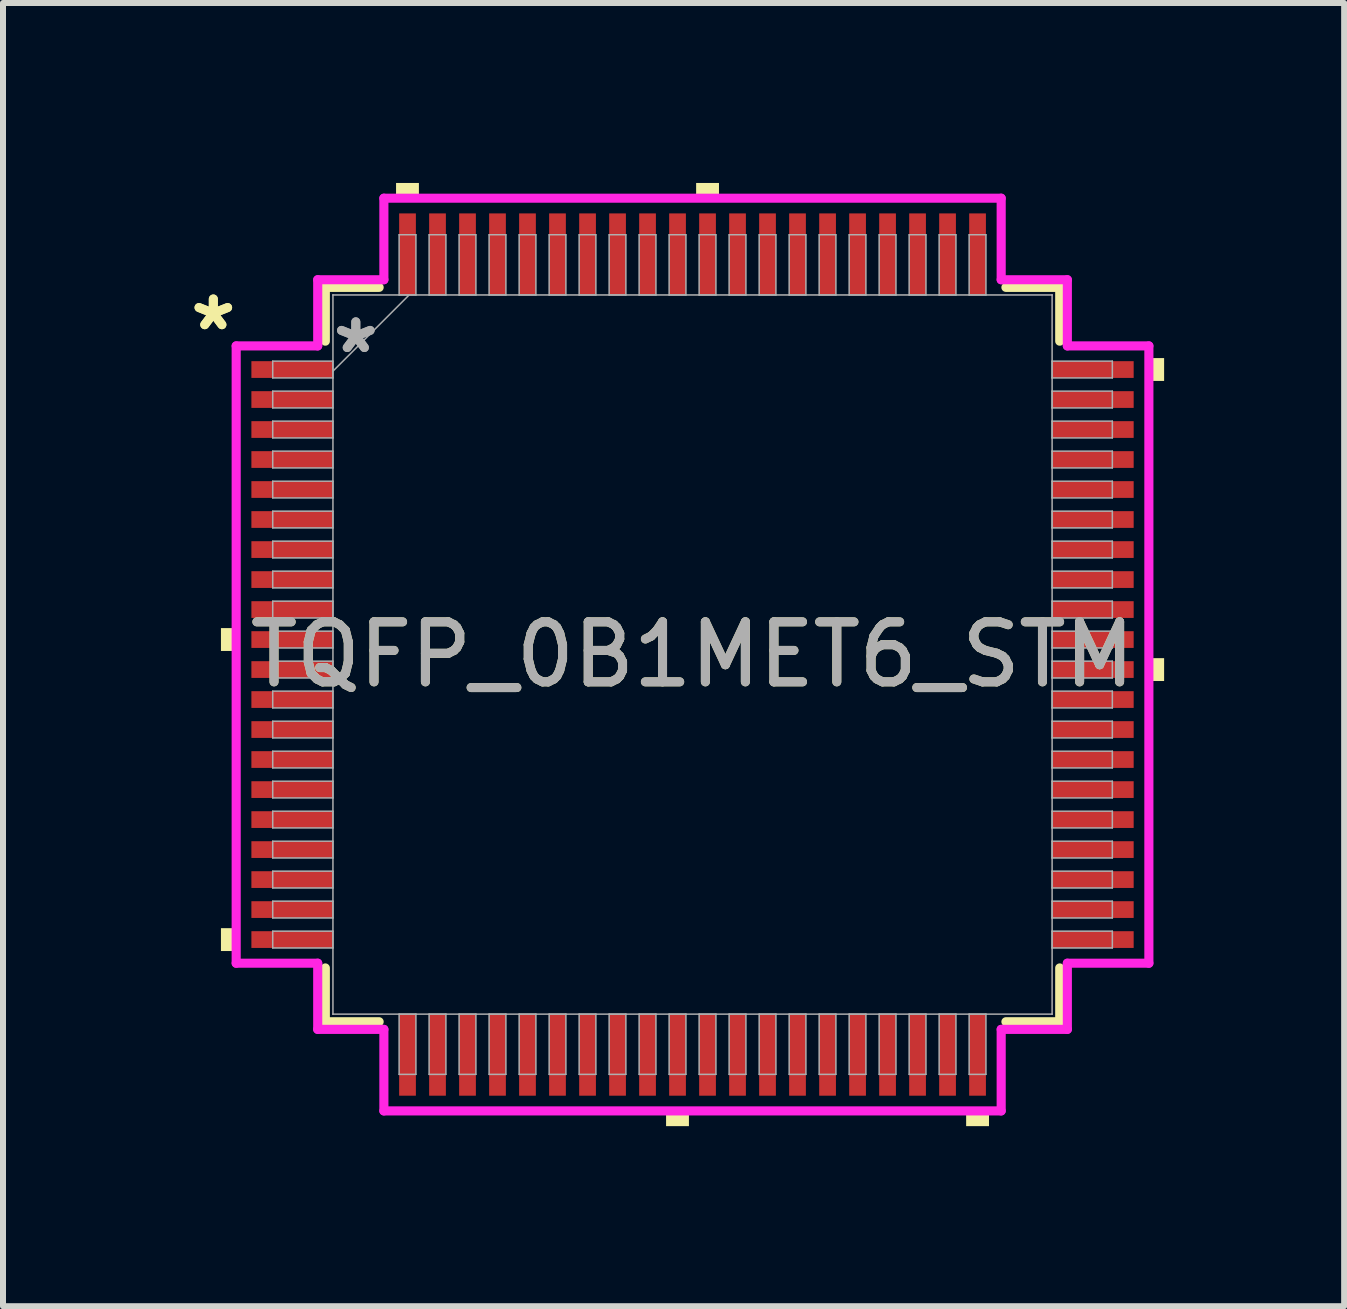
<source format=kicad_pcb>
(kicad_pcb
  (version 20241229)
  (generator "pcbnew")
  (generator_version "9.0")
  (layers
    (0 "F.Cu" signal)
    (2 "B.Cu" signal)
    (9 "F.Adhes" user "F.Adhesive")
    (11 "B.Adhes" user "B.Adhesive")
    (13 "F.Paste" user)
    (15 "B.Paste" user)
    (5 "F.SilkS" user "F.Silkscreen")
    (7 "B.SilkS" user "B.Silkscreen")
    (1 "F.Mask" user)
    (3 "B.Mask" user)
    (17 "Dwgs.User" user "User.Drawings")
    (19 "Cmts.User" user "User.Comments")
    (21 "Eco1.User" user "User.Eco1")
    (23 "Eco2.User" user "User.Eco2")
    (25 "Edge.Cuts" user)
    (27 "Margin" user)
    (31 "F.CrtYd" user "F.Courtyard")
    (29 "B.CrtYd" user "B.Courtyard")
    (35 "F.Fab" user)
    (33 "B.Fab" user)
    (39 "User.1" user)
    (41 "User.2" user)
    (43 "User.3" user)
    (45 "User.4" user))
  (footprint "TQFP_0B1MET6_STM"
    (layer "F.Cu")
    (at 8.494 7.861)
    (property "Reference" "TQFP_0B1MET6_STM" (at 0 0 0) (unlocked yes) (layer "F.SilkS") (effects (font (size 1 1) (thickness 0.15))))
    (attr smd)
    (fp_line (start -6.121 -6.121) (end -6.121 -5.224) (stroke (width 0.152) (type solid)) (layer "F.SilkS"))
    (fp_line (start -6.121 5.224) (end -6.121 6.121) (stroke (width 0.152) (type solid)) (layer "F.SilkS"))
    (fp_line (start -6.121 6.121) (end -5.224 6.121) (stroke (width 0.152) (type solid)) (layer "F.SilkS"))
    (fp_line (start -5.224 -6.121) (end -6.121 -6.121) (stroke (width 0.152) (type solid)) (layer "F.SilkS"))
    (fp_line (start 5.224 6.121) (end 6.121 6.121) (stroke (width 0.152) (type solid)) (layer "F.SilkS"))
    (fp_line (start 6.121 -6.121) (end 5.224 -6.121) (stroke (width 0.152) (type solid)) (layer "F.SilkS"))
    (fp_line (start 6.121 -5.224) (end 6.121 -6.121) (stroke (width 0.152) (type solid)) (layer "F.SilkS"))
    (fp_line (start 6.121 6.121) (end 6.121 5.224) (stroke (width 0.152) (type solid)) (layer "F.SilkS"))
    (fp_poly (pts (xy -7.861 -0.441) (xy -7.861 -0.06) (xy -7.607 -0.06) (xy -7.607 -0.441)) (stroke (width 0) (type solid)) (fill yes) (layer "F.SilkS"))
    (fp_poly (pts (xy -7.861 4.561) (xy -7.861 4.942) (xy -7.607 4.942) (xy -7.607 4.561)) (stroke (width 0) (type solid)) (fill yes) (layer "F.SilkS"))
    (fp_poly (pts (xy -4.942 -7.607) (xy -4.942 -7.861) (xy -4.561 -7.861) (xy -4.561 -7.607)) (stroke (width 0) (type solid)) (fill yes) (layer "F.SilkS"))
    (fp_poly (pts (xy -0.441 7.607) (xy -0.441 7.861) (xy -0.06 7.861) (xy -0.06 7.607)) (stroke (width 0) (type solid)) (fill yes) (layer "F.SilkS"))
    (fp_poly (pts (xy 0.06 -7.607) (xy 0.06 -7.861) (xy 0.441 -7.861) (xy 0.441 -7.607)) (stroke (width 0) (type solid)) (fill yes) (layer "F.SilkS"))
    (fp_poly (pts (xy 4.561 7.607) (xy 4.561 7.861) (xy 4.942 7.861) (xy 4.942 7.607)) (stroke (width 0) (type solid)) (fill yes) (layer "F.SilkS"))
    (fp_poly (pts (xy 7.861 -4.942) (xy 7.861 -4.561) (xy 7.607 -4.561) (xy 7.607 -4.942)) (stroke (width 0) (type solid)) (fill yes) (layer "F.SilkS"))
    (fp_poly (pts (xy 7.861 0.06) (xy 7.861 0.441) (xy 7.607 0.441) (xy 7.607 0.06)) (stroke (width 0) (type solid)) (fill yes) (layer "F.SilkS"))
    (fp_line (start -7.607 -5.145) (end -6.248 -5.145) (stroke (width 0.152) (type solid)) (layer "F.CrtYd"))
    (fp_line (start -7.607 5.145) (end -7.607 -5.145) (stroke (width 0.152) (type solid)) (layer "F.CrtYd"))
    (fp_line (start -6.248 -6.248) (end -5.145 -6.248) (stroke (width 0.152) (type solid)) (layer "F.CrtYd"))
    (fp_line (start -6.248 -5.145) (end -6.248 -6.248) (stroke (width 0.152) (type solid)) (layer "F.CrtYd"))
    (fp_line (start -6.248 5.145) (end -7.607 5.145) (stroke (width 0.152) (type solid)) (layer "F.CrtYd"))
    (fp_line (start -6.248 6.248) (end -6.248 5.145) (stroke (width 0.152) (type solid)) (layer "F.CrtYd"))
    (fp_line (start -6.248 6.248) (end -5.145 6.248) (stroke (width 0.152) (type solid)) (layer "F.CrtYd"))
    (fp_line (start -5.145 -7.607) (end 5.145 -7.607) (stroke (width 0.152) (type solid)) (layer "F.CrtYd"))
    (fp_line (start -5.145 -6.248) (end -5.145 -7.607) (stroke (width 0.152) (type solid)) (layer "F.CrtYd"))
    (fp_line (start -5.145 6.248) (end -5.145 7.607) (stroke (width 0.152) (type solid)) (layer "F.CrtYd"))
    (fp_line (start -5.145 7.607) (end 5.145 7.607) (stroke (width 0.152) (type solid)) (layer "F.CrtYd"))
    (fp_line (start 5.145 -7.607) (end 5.145 -6.248) (stroke (width 0.152) (type solid)) (layer "F.CrtYd"))
    (fp_line (start 5.145 -6.248) (end 6.248 -6.248) (stroke (width 0.152) (type solid)) (layer "F.CrtYd"))
    (fp_line (start 5.145 6.248) (end 6.248 6.248) (stroke (width 0.152) (type solid)) (layer "F.CrtYd"))
    (fp_line (start 5.145 7.607) (end 5.145 6.248) (stroke (width 0.152) (type solid)) (layer "F.CrtYd"))
    (fp_line (start 6.248 -5.145) (end 6.248 -6.248) (stroke (width 0.152) (type solid)) (layer "F.CrtYd"))
    (fp_line (start 6.248 5.145) (end 7.607 5.145) (stroke (width 0.152) (type solid)) (layer "F.CrtYd"))
    (fp_line (start 6.248 6.248) (end 6.248 5.145) (stroke (width 0.152) (type solid)) (layer "F.CrtYd"))
    (fp_line (start 7.607 -5.145) (end 6.248 -5.145) (stroke (width 0.152) (type solid)) (layer "F.CrtYd"))
    (fp_line (start 7.607 5.145) (end 7.607 -5.145) (stroke (width 0.152) (type solid)) (layer "F.CrtYd"))
    (fp_line (start -6.998 -4.891) (end -6.998 -4.611) (stroke (width 0.025) (type solid)) (layer "F.Fab"))
    (fp_line (start -6.998 -4.611) (end -5.994 -4.611) (stroke (width 0.025) (type solid)) (layer "F.Fab"))
    (fp_line (start -6.998 -4.391) (end -6.998 -4.111) (stroke (width 0.025) (type solid)) (layer "F.Fab"))
    (fp_line (start -6.998 -4.111) (end -5.994 -4.111) (stroke (width 0.025) (type solid)) (layer "F.Fab"))
    (fp_line (start -6.998 -3.891) (end -6.998 -3.611) (stroke (width 0.025) (type solid)) (layer "F.Fab"))
    (fp_line (start -6.998 -3.611) (end -5.994 -3.611) (stroke (width 0.025) (type solid)) (layer "F.Fab"))
    (fp_line (start -6.998 -3.391) (end -6.998 -3.111) (stroke (width 0.025) (type solid)) (layer "F.Fab"))
    (fp_line (start -6.998 -3.111) (end -5.994 -3.111) (stroke (width 0.025) (type solid)) (layer "F.Fab"))
    (fp_line (start -6.998 -2.89) (end -6.998 -2.611) (stroke (width 0.025) (type solid)) (layer "F.Fab"))
    (fp_line (start -6.998 -2.611) (end -5.994 -2.611) (stroke (width 0.025) (type solid)) (layer "F.Fab"))
    (fp_line (start -6.998 -2.39) (end -6.998 -2.111) (stroke (width 0.025) (type solid)) (layer "F.Fab"))
    (fp_line (start -6.998 -2.111) (end -5.994 -2.111) (stroke (width 0.025) (type solid)) (layer "F.Fab"))
    (fp_line (start -6.998 -1.89) (end -6.998 -1.611) (stroke (width 0.025) (type solid)) (layer "F.Fab"))
    (fp_line (start -6.998 -1.611) (end -5.994 -1.611) (stroke (width 0.025) (type solid)) (layer "F.Fab"))
    (fp_line (start -6.998 -1.39) (end -6.998 -1.111) (stroke (width 0.025) (type solid)) (layer "F.Fab"))
    (fp_line (start -6.998 -1.111) (end -5.994 -1.111) (stroke (width 0.025) (type solid)) (layer "F.Fab"))
    (fp_line (start -6.998 -0.89) (end -6.998 -0.61) (stroke (width 0.025) (type solid)) (layer "F.Fab"))
    (fp_line (start -6.998 -0.61) (end -5.994 -0.61) (stroke (width 0.025) (type solid)) (layer "F.Fab"))
    (fp_line (start -6.998 -0.39) (end -6.998 -0.11) (stroke (width 0.025) (type solid)) (layer "F.Fab"))
    (fp_line (start -6.998 -0.11) (end -5.994 -0.11) (stroke (width 0.025) (type solid)) (layer "F.Fab"))
    (fp_line (start -6.998 0.11) (end -6.998 0.39) (stroke (width 0.025) (type solid)) (layer "F.Fab"))
    (fp_line (start -6.998 0.39) (end -5.994 0.39) (stroke (width 0.025) (type solid)) (layer "F.Fab"))
    (fp_line (start -6.998 0.61) (end -6.998 0.89) (stroke (width 0.025) (type solid)) (layer "F.Fab"))
    (fp_line (start -6.998 0.89) (end -5.994 0.89) (stroke (width 0.025) (type solid)) (layer "F.Fab"))
    (fp_line (start -6.998 1.111) (end -6.998 1.39) (stroke (width 0.025) (type solid)) (layer "F.Fab"))
    (fp_line (start -6.998 1.39) (end -5.994 1.39) (stroke (width 0.025) (type solid)) (layer "F.Fab"))
    (fp_line (start -6.998 1.611) (end -6.998 1.89) (stroke (width 0.025) (type solid)) (layer "F.Fab"))
    (fp_line (start -6.998 1.89) (end -5.994 1.89) (stroke (width 0.025) (type solid)) (layer "F.Fab"))
    (fp_line (start -6.998 2.111) (end -6.998 2.39) (stroke (width 0.025) (type solid)) (layer "F.Fab"))
    (fp_line (start -6.998 2.39) (end -5.994 2.39) (stroke (width 0.025) (type solid)) (layer "F.Fab"))
    (fp_line (start -6.998 2.611) (end -6.998 2.89) (stroke (width 0.025) (type solid)) (layer "F.Fab"))
    (fp_line (start -6.998 2.89) (end -5.994 2.89) (stroke (width 0.025) (type solid)) (layer "F.Fab"))
    (fp_line (start -6.998 3.111) (end -6.998 3.391) (stroke (width 0.025) (type solid)) (layer "F.Fab"))
    (fp_line (start -6.998 3.391) (end -5.994 3.391) (stroke (width 0.025) (type solid)) (layer "F.Fab"))
    (fp_line (start -6.998 3.611) (end -6.998 3.891) (stroke (width 0.025) (type solid)) (layer "F.Fab"))
    (fp_line (start -6.998 3.891) (end -5.994 3.891) (stroke (width 0.025) (type solid)) (layer "F.Fab"))
    (fp_line (start -6.998 4.111) (end -6.998 4.391) (stroke (width 0.025) (type solid)) (layer "F.Fab"))
    (fp_line (start -6.998 4.391) (end -5.994 4.391) (stroke (width 0.025) (type solid)) (layer "F.Fab"))
    (fp_line (start -6.998 4.611) (end -6.998 4.891) (stroke (width 0.025) (type solid)) (layer "F.Fab"))
    (fp_line (start -6.998 4.891) (end -5.994 4.891) (stroke (width 0.025) (type solid)) (layer "F.Fab"))
    (fp_line (start -5.994 -5.994) (end -5.994 -5.994) (stroke (width 0.025) (type solid)) (layer "F.Fab"))
    (fp_line (start -5.994 -5.994) (end -5.994 5.994) (stroke (width 0.025) (type solid)) (layer "F.Fab"))
    (fp_line (start -5.994 -4.891) (end -6.998 -4.891) (stroke (width 0.025) (type solid)) (layer "F.Fab"))
    (fp_line (start -5.994 -4.724) (end -4.724 -5.994) (stroke (width 0.025) (type solid)) (layer "F.Fab"))
    (fp_line (start -5.994 -4.611) (end -5.994 -4.891) (stroke (width 0.025) (type solid)) (layer "F.Fab"))
    (fp_line (start -5.994 -4.391) (end -6.998 -4.391) (stroke (width 0.025) (type solid)) (layer "F.Fab"))
    (fp_line (start -5.994 -4.111) (end -5.994 -4.391) (stroke (width 0.025) (type solid)) (layer "F.Fab"))
    (fp_line (start -5.994 -3.891) (end -6.998 -3.891) (stroke (width 0.025) (type solid)) (layer "F.Fab"))
    (fp_line (start -5.994 -3.611) (end -5.994 -3.891) (stroke (width 0.025) (type solid)) (layer "F.Fab"))
    (fp_line (start -5.994 -3.391) (end -6.998 -3.391) (stroke (width 0.025) (type solid)) (layer "F.Fab"))
    (fp_line (start -5.994 -3.111) (end -5.994 -3.391) (stroke (width 0.025) (type solid)) (layer "F.Fab"))
    (fp_line (start -5.994 -2.89) (end -6.998 -2.89) (stroke (width 0.025) (type solid)) (layer "F.Fab"))
    (fp_line (start -5.994 -2.611) (end -5.994 -2.89) (stroke (width 0.025) (type solid)) (layer "F.Fab"))
    (fp_line (start -5.994 -2.39) (end -6.998 -2.39) (stroke (width 0.025) (type solid)) (layer "F.Fab"))
    (fp_line (start -5.994 -2.111) (end -5.994 -2.39) (stroke (width 0.025) (type solid)) (layer "F.Fab"))
    (fp_line (start -5.994 -1.89) (end -6.998 -1.89) (stroke (width 0.025) (type solid)) (layer "F.Fab"))
    (fp_line (start -5.994 -1.611) (end -5.994 -1.89) (stroke (width 0.025) (type solid)) (layer "F.Fab"))
    (fp_line (start -5.994 -1.39) (end -6.998 -1.39) (stroke (width 0.025) (type solid)) (layer "F.Fab"))
    (fp_line (start -5.994 -1.111) (end -5.994 -1.39) (stroke (width 0.025) (type solid)) (layer "F.Fab"))
    (fp_line (start -5.994 -0.89) (end -6.998 -0.89) (stroke (width 0.025) (type solid)) (layer "F.Fab"))
    (fp_line (start -5.994 -0.61) (end -5.994 -0.89) (stroke (width 0.025) (type solid)) (layer "F.Fab"))
    (fp_line (start -5.994 -0.39) (end -6.998 -0.39) (stroke (width 0.025) (type solid)) (layer "F.Fab"))
    (fp_line (start -5.994 -0.11) (end -5.994 -0.39) (stroke (width 0.025) (type solid)) (layer "F.Fab"))
    (fp_line (start -5.994 0.11) (end -6.998 0.11) (stroke (width 0.025) (type solid)) (layer "F.Fab"))
    (fp_line (start -5.994 0.39) (end -5.994 0.11) (stroke (width 0.025) (type solid)) (layer "F.Fab"))
    (fp_line (start -5.994 0.61) (end -6.998 0.61) (stroke (width 0.025) (type solid)) (layer "F.Fab"))
    (fp_line (start -5.994 0.89) (end -5.994 0.61) (stroke (width 0.025) (type solid)) (layer "F.Fab"))
    (fp_line (start -5.994 1.111) (end -6.998 1.111) (stroke (width 0.025) (type solid)) (layer "F.Fab"))
    (fp_line (start -5.994 1.39) (end -5.994 1.111) (stroke (width 0.025) (type solid)) (layer "F.Fab"))
    (fp_line (start -5.994 1.611) (end -6.998 1.611) (stroke (width 0.025) (type solid)) (layer "F.Fab"))
    (fp_line (start -5.994 1.89) (end -5.994 1.611) (stroke (width 0.025) (type solid)) (layer "F.Fab"))
    (fp_line (start -5.994 2.111) (end -6.998 2.111) (stroke (width 0.025) (type solid)) (layer "F.Fab"))
    (fp_line (start -5.994 2.39) (end -5.994 2.111) (stroke (width 0.025) (type solid)) (layer "F.Fab"))
    (fp_line (start -5.994 2.611) (end -6.998 2.611) (stroke (width 0.025) (type solid)) (layer "F.Fab"))
    (fp_line (start -5.994 2.89) (end -5.994 2.611) (stroke (width 0.025) (type solid)) (layer "F.Fab"))
    (fp_line (start -5.994 3.111) (end -6.998 3.111) (stroke (width 0.025) (type solid)) (layer "F.Fab"))
    (fp_line (start -5.994 3.391) (end -5.994 3.111) (stroke (width 0.025) (type solid)) (layer "F.Fab"))
    (fp_line (start -5.994 3.611) (end -6.998 3.611) (stroke (width 0.025) (type solid)) (layer "F.Fab"))
    (fp_line (start -5.994 3.891) (end -5.994 3.611) (stroke (width 0.025) (type solid)) (layer "F.Fab"))
    (fp_line (start -5.994 4.111) (end -6.998 4.111) (stroke (width 0.025) (type solid)) (layer "F.Fab"))
    (fp_line (start -5.994 4.391) (end -5.994 4.111) (stroke (width 0.025) (type solid)) (layer "F.Fab"))
    (fp_line (start -5.994 4.611) (end -6.998 4.611) (stroke (width 0.025) (type solid)) (layer "F.Fab"))
    (fp_line (start -5.994 4.891) (end -5.994 4.611) (stroke (width 0.025) (type solid)) (layer "F.Fab"))
    (fp_line (start -5.994 5.994) (end -5.994 5.994) (stroke (width 0.025) (type solid)) (layer "F.Fab"))
    (fp_line (start -5.994 5.994) (end 5.994 5.994) (stroke (width 0.025) (type solid)) (layer "F.Fab"))
    (fp_line (start -4.891 -6.998) (end -4.891 -5.994) (stroke (width 0.025) (type solid)) (layer "F.Fab"))
    (fp_line (start -4.891 -5.994) (end -4.611 -5.994) (stroke (width 0.025) (type solid)) (layer "F.Fab"))
    (fp_line (start -4.891 5.994) (end -4.891 6.998) (stroke (width 0.025) (type solid)) (layer "F.Fab"))
    (fp_line (start -4.891 6.998) (end -4.611 6.998) (stroke (width 0.025) (type solid)) (layer "F.Fab"))
    (fp_line (start -4.611 -6.998) (end -4.891 -6.998) (stroke (width 0.025) (type solid)) (layer "F.Fab"))
    (fp_line (start -4.611 -5.994) (end -4.611 -6.998) (stroke (width 0.025) (type solid)) (layer "F.Fab"))
    (fp_line (start -4.611 5.994) (end -4.891 5.994) (stroke (width 0.025) (type solid)) (layer "F.Fab"))
    (fp_line (start -4.611 6.998) (end -4.611 5.994) (stroke (width 0.025) (type solid)) (layer "F.Fab"))
    (fp_line (start -4.391 -6.998) (end -4.391 -5.994) (stroke (width 0.025) (type solid)) (layer "F.Fab"))
    (fp_line (start -4.391 -5.994) (end -4.111 -5.994) (stroke (width 0.025) (type solid)) (layer "F.Fab"))
    (fp_line (start -4.391 5.994) (end -4.391 6.998) (stroke (width 0.025) (type solid)) (layer "F.Fab"))
    (fp_line (start -4.391 6.998) (end -4.111 6.998) (stroke (width 0.025) (type solid)) (layer "F.Fab"))
    (fp_line (start -4.111 -6.998) (end -4.391 -6.998) (stroke (width 0.025) (type solid)) (layer "F.Fab"))
    (fp_line (start -4.111 -5.994) (end -4.111 -6.998) (stroke (width 0.025) (type solid)) (layer "F.Fab"))
    (fp_line (start -4.111 5.994) (end -4.391 5.994) (stroke (width 0.025) (type solid)) (layer "F.Fab"))
    (fp_line (start -4.111 6.998) (end -4.111 5.994) (stroke (width 0.025) (type solid)) (layer "F.Fab"))
    (fp_line (start -3.891 -6.998) (end -3.891 -5.994) (stroke (width 0.025) (type solid)) (layer "F.Fab"))
    (fp_line (start -3.891 -5.994) (end -3.611 -5.994) (stroke (width 0.025) (type solid)) (layer "F.Fab"))
    (fp_line (start -3.891 5.994) (end -3.891 6.998) (stroke (width 0.025) (type solid)) (layer "F.Fab"))
    (fp_line (start -3.891 6.998) (end -3.611 6.998) (stroke (width 0.025) (type solid)) (layer "F.Fab"))
    (fp_line (start -3.611 -6.998) (end -3.891 -6.998) (stroke (width 0.025) (type solid)) (layer "F.Fab"))
    (fp_line (start -3.611 -5.994) (end -3.611 -6.998) (stroke (width 0.025) (type solid)) (layer "F.Fab"))
    (fp_line (start -3.611 5.994) (end -3.891 5.994) (stroke (width 0.025) (type solid)) (layer "F.Fab"))
    (fp_line (start -3.611 6.998) (end -3.611 5.994) (stroke (width 0.025) (type solid)) (layer "F.Fab"))
    (fp_line (start -3.391 -6.998) (end -3.391 -5.994) (stroke (width 0.025) (type solid)) (layer "F.Fab"))
    (fp_line (start -3.391 -5.994) (end -3.111 -5.994) (stroke (width 0.025) (type solid)) (layer "F.Fab"))
    (fp_line (start -3.391 5.994) (end -3.391 6.998) (stroke (width 0.025) (type solid)) (layer "F.Fab"))
    (fp_line (start -3.391 6.998) (end -3.111 6.998) (stroke (width 0.025) (type solid)) (layer "F.Fab"))
    (fp_line (start -3.111 -6.998) (end -3.391 -6.998) (stroke (width 0.025) (type solid)) (layer "F.Fab"))
    (fp_line (start -3.111 -5.994) (end -3.111 -6.998) (stroke (width 0.025) (type solid)) (layer "F.Fab"))
    (fp_line (start -3.111 5.994) (end -3.391 5.994) (stroke (width 0.025) (type solid)) (layer "F.Fab"))
    (fp_line (start -3.111 6.998) (end -3.111 5.994) (stroke (width 0.025) (type solid)) (layer "F.Fab"))
    (fp_line (start -2.89 -6.998) (end -2.89 -5.994) (stroke (width 0.025) (type solid)) (layer "F.Fab"))
    (fp_line (start -2.89 -5.994) (end -2.611 -5.994) (stroke (width 0.025) (type solid)) (layer "F.Fab"))
    (fp_line (start -2.89 5.994) (end -2.89 6.998) (stroke (width 0.025) (type solid)) (layer "F.Fab"))
    (fp_line (start -2.89 6.998) (end -2.611 6.998) (stroke (width 0.025) (type solid)) (layer "F.Fab"))
    (fp_line (start -2.611 -6.998) (end -2.89 -6.998) (stroke (width 0.025) (type solid)) (layer "F.Fab"))
    (fp_line (start -2.611 -5.994) (end -2.611 -6.998) (stroke (width 0.025) (type solid)) (layer "F.Fab"))
    (fp_line (start -2.611 5.994) (end -2.89 5.994) (stroke (width 0.025) (type solid)) (layer "F.Fab"))
    (fp_line (start -2.611 6.998) (end -2.611 5.994) (stroke (width 0.025) (type solid)) (layer "F.Fab"))
    (fp_line (start -2.39 -6.998) (end -2.39 -5.994) (stroke (width 0.025) (type solid)) (layer "F.Fab"))
    (fp_line (start -2.39 -5.994) (end -2.111 -5.994) (stroke (width 0.025) (type solid)) (layer "F.Fab"))
    (fp_line (start -2.39 5.994) (end -2.39 6.998) (stroke (width 0.025) (type solid)) (layer "F.Fab"))
    (fp_line (start -2.39 6.998) (end -2.111 6.998) (stroke (width 0.025) (type solid)) (layer "F.Fab"))
    (fp_line (start -2.111 -6.998) (end -2.39 -6.998) (stroke (width 0.025) (type solid)) (layer "F.Fab"))
    (fp_line (start -2.111 -5.994) (end -2.111 -6.998) (stroke (width 0.025) (type solid)) (layer "F.Fab"))
    (fp_line (start -2.111 5.994) (end -2.39 5.994) (stroke (width 0.025) (type solid)) (layer "F.Fab"))
    (fp_line (start -2.111 6.998) (end -2.111 5.994) (stroke (width 0.025) (type solid)) (layer "F.Fab"))
    (fp_line (start -1.89 -6.998) (end -1.89 -5.994) (stroke (width 0.025) (type solid)) (layer "F.Fab"))
    (fp_line (start -1.89 -5.994) (end -1.611 -5.994) (stroke (width 0.025) (type solid)) (layer "F.Fab"))
    (fp_line (start -1.89 5.994) (end -1.89 6.998) (stroke (width 0.025) (type solid)) (layer "F.Fab"))
    (fp_line (start -1.89 6.998) (end -1.611 6.998) (stroke (width 0.025) (type solid)) (layer "F.Fab"))
    (fp_line (start -1.611 -6.998) (end -1.89 -6.998) (stroke (width 0.025) (type solid)) (layer "F.Fab"))
    (fp_line (start -1.611 -5.994) (end -1.611 -6.998) (stroke (width 0.025) (type solid)) (layer "F.Fab"))
    (fp_line (start -1.611 5.994) (end -1.89 5.994) (stroke (width 0.025) (type solid)) (layer "F.Fab"))
    (fp_line (start -1.611 6.998) (end -1.611 5.994) (stroke (width 0.025) (type solid)) (layer "F.Fab"))
    (fp_line (start -1.39 -6.998) (end -1.39 -5.994) (stroke (width 0.025) (type solid)) (layer "F.Fab"))
    (fp_line (start -1.39 -5.994) (end -1.111 -5.994) (stroke (width 0.025) (type solid)) (layer "F.Fab"))
    (fp_line (start -1.39 5.994) (end -1.39 6.998) (stroke (width 0.025) (type solid)) (layer "F.Fab"))
    (fp_line (start -1.39 6.998) (end -1.111 6.998) (stroke (width 0.025) (type solid)) (layer "F.Fab"))
    (fp_line (start -1.111 -6.998) (end -1.39 -6.998) (stroke (width 0.025) (type solid)) (layer "F.Fab"))
    (fp_line (start -1.111 -5.994) (end -1.111 -6.998) (stroke (width 0.025) (type solid)) (layer "F.Fab"))
    (fp_line (start -1.111 5.994) (end -1.39 5.994) (stroke (width 0.025) (type solid)) (layer "F.Fab"))
    (fp_line (start -1.111 6.998) (end -1.111 5.994) (stroke (width 0.025) (type solid)) (layer "F.Fab"))
    (fp_line (start -0.89 -6.998) (end -0.89 -5.994) (stroke (width 0.025) (type solid)) (layer "F.Fab"))
    (fp_line (start -0.89 -5.994) (end -0.61 -5.994) (stroke (width 0.025) (type solid)) (layer "F.Fab"))
    (fp_line (start -0.89 5.994) (end -0.89 6.998) (stroke (width 0.025) (type solid)) (layer "F.Fab"))
    (fp_line (start -0.89 6.998) (end -0.61 6.998) (stroke (width 0.025) (type solid)) (layer "F.Fab"))
    (fp_line (start -0.61 -6.998) (end -0.89 -6.998) (stroke (width 0.025) (type solid)) (layer "F.Fab"))
    (fp_line (start -0.61 -5.994) (end -0.61 -6.998) (stroke (width 0.025) (type solid)) (layer "F.Fab"))
    (fp_line (start -0.61 5.994) (end -0.89 5.994) (stroke (width 0.025) (type solid)) (layer "F.Fab"))
    (fp_line (start -0.61 6.998) (end -0.61 5.994) (stroke (width 0.025) (type solid)) (layer "F.Fab"))
    (fp_line (start -0.39 -6.998) (end -0.39 -5.994) (stroke (width 0.025) (type solid)) (layer "F.Fab"))
    (fp_line (start -0.39 -5.994) (end -0.11 -5.994) (stroke (width 0.025) (type solid)) (layer "F.Fab"))
    (fp_line (start -0.39 5.994) (end -0.39 6.998) (stroke (width 0.025) (type solid)) (layer "F.Fab"))
    (fp_line (start -0.39 6.998) (end -0.11 6.998) (stroke (width 0.025) (type solid)) (layer "F.Fab"))
    (fp_line (start -0.11 -6.998) (end -0.39 -6.998) (stroke (width 0.025) (type solid)) (layer "F.Fab"))
    (fp_line (start -0.11 -5.994) (end -0.11 -6.998) (stroke (width 0.025) (type solid)) (layer "F.Fab"))
    (fp_line (start -0.11 5.994) (end -0.39 5.994) (stroke (width 0.025) (type solid)) (layer "F.Fab"))
    (fp_line (start -0.11 6.998) (end -0.11 5.994) (stroke (width 0.025) (type solid)) (layer "F.Fab"))
    (fp_line (start 0.11 -6.998) (end 0.11 -5.994) (stroke (width 0.025) (type solid)) (layer "F.Fab"))
    (fp_line (start 0.11 -5.994) (end 0.39 -5.994) (stroke (width 0.025) (type solid)) (layer "F.Fab"))
    (fp_line (start 0.11 5.994) (end 0.11 6.998) (stroke (width 0.025) (type solid)) (layer "F.Fab"))
    (fp_line (start 0.11 6.998) (end 0.39 6.998) (stroke (width 0.025) (type solid)) (layer "F.Fab"))
    (fp_line (start 0.39 -6.998) (end 0.11 -6.998) (stroke (width 0.025) (type solid)) (layer "F.Fab"))
    (fp_line (start 0.39 -5.994) (end 0.39 -6.998) (stroke (width 0.025) (type solid)) (layer "F.Fab"))
    (fp_line (start 0.39 5.994) (end 0.11 5.994) (stroke (width 0.025) (type solid)) (layer "F.Fab"))
    (fp_line (start 0.39 6.998) (end 0.39 5.994) (stroke (width 0.025) (type solid)) (layer "F.Fab"))
    (fp_line (start 0.61 -6.998) (end 0.61 -5.994) (stroke (width 0.025) (type solid)) (layer "F.Fab"))
    (fp_line (start 0.61 -5.994) (end 0.89 -5.994) (stroke (width 0.025) (type solid)) (layer "F.Fab"))
    (fp_line (start 0.61 5.994) (end 0.61 6.998) (stroke (width 0.025) (type solid)) (layer "F.Fab"))
    (fp_line (start 0.61 6.998) (end 0.89 6.998) (stroke (width 0.025) (type solid)) (layer "F.Fab"))
    (fp_line (start 0.89 -6.998) (end 0.61 -6.998) (stroke (width 0.025) (type solid)) (layer "F.Fab"))
    (fp_line (start 0.89 -5.994) (end 0.89 -6.998) (stroke (width 0.025) (type solid)) (layer "F.Fab"))
    (fp_line (start 0.89 5.994) (end 0.61 5.994) (stroke (width 0.025) (type solid)) (layer "F.Fab"))
    (fp_line (start 0.89 6.998) (end 0.89 5.994) (stroke (width 0.025) (type solid)) (layer "F.Fab"))
    (fp_line (start 1.111 -6.998) (end 1.111 -5.994) (stroke (width 0.025) (type solid)) (layer "F.Fab"))
    (fp_line (start 1.111 -5.994) (end 1.39 -5.994) (stroke (width 0.025) (type solid)) (layer "F.Fab"))
    (fp_line (start 1.111 5.994) (end 1.111 6.998) (stroke (width 0.025) (type solid)) (layer "F.Fab"))
    (fp_line (start 1.111 6.998) (end 1.39 6.998) (stroke (width 0.025) (type solid)) (layer "F.Fab"))
    (fp_line (start 1.39 -6.998) (end 1.111 -6.998) (stroke (width 0.025) (type solid)) (layer "F.Fab"))
    (fp_line (start 1.39 -5.994) (end 1.39 -6.998) (stroke (width 0.025) (type solid)) (layer "F.Fab"))
    (fp_line (start 1.39 5.994) (end 1.111 5.994) (stroke (width 0.025) (type solid)) (layer "F.Fab"))
    (fp_line (start 1.39 6.998) (end 1.39 5.994) (stroke (width 0.025) (type solid)) (layer "F.Fab"))
    (fp_line (start 1.611 -6.998) (end 1.611 -5.994) (stroke (width 0.025) (type solid)) (layer "F.Fab"))
    (fp_line (start 1.611 -5.994) (end 1.89 -5.994) (stroke (width 0.025) (type solid)) (layer "F.Fab"))
    (fp_line (start 1.611 5.994) (end 1.611 6.998) (stroke (width 0.025) (type solid)) (layer "F.Fab"))
    (fp_line (start 1.611 6.998) (end 1.89 6.998) (stroke (width 0.025) (type solid)) (layer "F.Fab"))
    (fp_line (start 1.89 -6.998) (end 1.611 -6.998) (stroke (width 0.025) (type solid)) (layer "F.Fab"))
    (fp_line (start 1.89 -5.994) (end 1.89 -6.998) (stroke (width 0.025) (type solid)) (layer "F.Fab"))
    (fp_line (start 1.89 5.994) (end 1.611 5.994) (stroke (width 0.025) (type solid)) (layer "F.Fab"))
    (fp_line (start 1.89 6.998) (end 1.89 5.994) (stroke (width 0.025) (type solid)) (layer "F.Fab"))
    (fp_line (start 2.111 -6.998) (end 2.111 -5.994) (stroke (width 0.025) (type solid)) (layer "F.Fab"))
    (fp_line (start 2.111 -5.994) (end 2.39 -5.994) (stroke (width 0.025) (type solid)) (layer "F.Fab"))
    (fp_line (start 2.111 5.994) (end 2.111 6.998) (stroke (width 0.025) (type solid)) (layer "F.Fab"))
    (fp_line (start 2.111 6.998) (end 2.39 6.998) (stroke (width 0.025) (type solid)) (layer "F.Fab"))
    (fp_line (start 2.39 -6.998) (end 2.111 -6.998) (stroke (width 0.025) (type solid)) (layer "F.Fab"))
    (fp_line (start 2.39 -5.994) (end 2.39 -6.998) (stroke (width 0.025) (type solid)) (layer "F.Fab"))
    (fp_line (start 2.39 5.994) (end 2.111 5.994) (stroke (width 0.025) (type solid)) (layer "F.Fab"))
    (fp_line (start 2.39 6.998) (end 2.39 5.994) (stroke (width 0.025) (type solid)) (layer "F.Fab"))
    (fp_line (start 2.611 -6.998) (end 2.611 -5.994) (stroke (width 0.025) (type solid)) (layer "F.Fab"))
    (fp_line (start 2.611 -5.994) (end 2.89 -5.994) (stroke (width 0.025) (type solid)) (layer "F.Fab"))
    (fp_line (start 2.611 5.994) (end 2.611 6.998) (stroke (width 0.025) (type solid)) (layer "F.Fab"))
    (fp_line (start 2.611 6.998) (end 2.89 6.998) (stroke (width 0.025) (type solid)) (layer "F.Fab"))
    (fp_line (start 2.89 -6.998) (end 2.611 -6.998) (stroke (width 0.025) (type solid)) (layer "F.Fab"))
    (fp_line (start 2.89 -5.994) (end 2.89 -6.998) (stroke (width 0.025) (type solid)) (layer "F.Fab"))
    (fp_line (start 2.89 5.994) (end 2.611 5.994) (stroke (width 0.025) (type solid)) (layer "F.Fab"))
    (fp_line (start 2.89 6.998) (end 2.89 5.994) (stroke (width 0.025) (type solid)) (layer "F.Fab"))
    (fp_line (start 3.111 -6.998) (end 3.111 -5.994) (stroke (width 0.025) (type solid)) (layer "F.Fab"))
    (fp_line (start 3.111 -5.994) (end 3.391 -5.994) (stroke (width 0.025) (type solid)) (layer "F.Fab"))
    (fp_line (start 3.111 5.994) (end 3.111 6.998) (stroke (width 0.025) (type solid)) (layer "F.Fab"))
    (fp_line (start 3.111 6.998) (end 3.391 6.998) (stroke (width 0.025) (type solid)) (layer "F.Fab"))
    (fp_line (start 3.391 -6.998) (end 3.111 -6.998) (stroke (width 0.025) (type solid)) (layer "F.Fab"))
    (fp_line (start 3.391 -5.994) (end 3.391 -6.998) (stroke (width 0.025) (type solid)) (layer "F.Fab"))
    (fp_line (start 3.391 5.994) (end 3.111 5.994) (stroke (width 0.025) (type solid)) (layer "F.Fab"))
    (fp_line (start 3.391 6.998) (end 3.391 5.994) (stroke (width 0.025) (type solid)) (layer "F.Fab"))
    (fp_line (start 3.611 -6.998) (end 3.611 -5.994) (stroke (width 0.025) (type solid)) (layer "F.Fab"))
    (fp_line (start 3.611 -5.994) (end 3.891 -5.994) (stroke (width 0.025) (type solid)) (layer "F.Fab"))
    (fp_line (start 3.611 5.994) (end 3.611 6.998) (stroke (width 0.025) (type solid)) (layer "F.Fab"))
    (fp_line (start 3.611 6.998) (end 3.891 6.998) (stroke (width 0.025) (type solid)) (layer "F.Fab"))
    (fp_line (start 3.891 -6.998) (end 3.611 -6.998) (stroke (width 0.025) (type solid)) (layer "F.Fab"))
    (fp_line (start 3.891 -5.994) (end 3.891 -6.998) (stroke (width 0.025) (type solid)) (layer "F.Fab"))
    (fp_line (start 3.891 5.994) (end 3.611 5.994) (stroke (width 0.025) (type solid)) (layer "F.Fab"))
    (fp_line (start 3.891 6.998) (end 3.891 5.994) (stroke (width 0.025) (type solid)) (layer "F.Fab"))
    (fp_line (start 4.111 -6.998) (end 4.111 -5.994) (stroke (width 0.025) (type solid)) (layer "F.Fab"))
    (fp_line (start 4.111 -5.994) (end 4.391 -5.994) (stroke (width 0.025) (type solid)) (layer "F.Fab"))
    (fp_line (start 4.111 5.994) (end 4.111 6.998) (stroke (width 0.025) (type solid)) (layer "F.Fab"))
    (fp_line (start 4.111 6.998) (end 4.391 6.998) (stroke (width 0.025) (type solid)) (layer "F.Fab"))
    (fp_line (start 4.391 -6.998) (end 4.111 -6.998) (stroke (width 0.025) (type solid)) (layer "F.Fab"))
    (fp_line (start 4.391 -5.994) (end 4.391 -6.998) (stroke (width 0.025) (type solid)) (layer "F.Fab"))
    (fp_line (start 4.391 5.994) (end 4.111 5.994) (stroke (width 0.025) (type solid)) (layer "F.Fab"))
    (fp_line (start 4.391 6.998) (end 4.391 5.994) (stroke (width 0.025) (type solid)) (layer "F.Fab"))
    (fp_line (start 4.611 -6.998) (end 4.611 -5.994) (stroke (width 0.025) (type solid)) (layer "F.Fab"))
    (fp_line (start 4.611 -5.994) (end 4.891 -5.994) (stroke (width 0.025) (type solid)) (layer "F.Fab"))
    (fp_line (start 4.611 5.994) (end 4.611 6.998) (stroke (width 0.025) (type solid)) (layer "F.Fab"))
    (fp_line (start 4.611 6.998) (end 4.891 6.998) (stroke (width 0.025) (type solid)) (layer "F.Fab"))
    (fp_line (start 4.891 -6.998) (end 4.611 -6.998) (stroke (width 0.025) (type solid)) (layer "F.Fab"))
    (fp_line (start 4.891 -5.994) (end 4.891 -6.998) (stroke (width 0.025) (type solid)) (layer "F.Fab"))
    (fp_line (start 4.891 5.994) (end 4.611 5.994) (stroke (width 0.025) (type solid)) (layer "F.Fab"))
    (fp_line (start 4.891 6.998) (end 4.891 5.994) (stroke (width 0.025) (type solid)) (layer "F.Fab"))
    (fp_line (start 5.994 -5.994) (end -5.994 -5.994) (stroke (width 0.025) (type solid)) (layer "F.Fab"))
    (fp_line (start 5.994 -5.994) (end 5.994 -5.994) (stroke (width 0.025) (type solid)) (layer "F.Fab"))
    (fp_line (start 5.994 -4.891) (end 5.994 -4.611) (stroke (width 0.025) (type solid)) (layer "F.Fab"))
    (fp_line (start 5.994 -4.611) (end 6.998 -4.611) (stroke (width 0.025) (type solid)) (layer "F.Fab"))
    (fp_line (start 5.994 -4.391) (end 5.994 -4.111) (stroke (width 0.025) (type solid)) (layer "F.Fab"))
    (fp_line (start 5.994 -4.111) (end 6.998 -4.111) (stroke (width 0.025) (type solid)) (layer "F.Fab"))
    (fp_line (start 5.994 -3.891) (end 5.994 -3.611) (stroke (width 0.025) (type solid)) (layer "F.Fab"))
    (fp_line (start 5.994 -3.611) (end 6.998 -3.611) (stroke (width 0.025) (type solid)) (layer "F.Fab"))
    (fp_line (start 5.994 -3.391) (end 5.994 -3.111) (stroke (width 0.025) (type solid)) (layer "F.Fab"))
    (fp_line (start 5.994 -3.111) (end 6.998 -3.111) (stroke (width 0.025) (type solid)) (layer "F.Fab"))
    (fp_line (start 5.994 -2.89) (end 5.994 -2.611) (stroke (width 0.025) (type solid)) (layer "F.Fab"))
    (fp_line (start 5.994 -2.611) (end 6.998 -2.611) (stroke (width 0.025) (type solid)) (layer "F.Fab"))
    (fp_line (start 5.994 -2.39) (end 5.994 -2.111) (stroke (width 0.025) (type solid)) (layer "F.Fab"))
    (fp_line (start 5.994 -2.111) (end 6.998 -2.111) (stroke (width 0.025) (type solid)) (layer "F.Fab"))
    (fp_line (start 5.994 -1.89) (end 5.994 -1.611) (stroke (width 0.025) (type solid)) (layer "F.Fab"))
    (fp_line (start 5.994 -1.611) (end 6.998 -1.611) (stroke (width 0.025) (type solid)) (layer "F.Fab"))
    (fp_line (start 5.994 -1.39) (end 5.994 -1.111) (stroke (width 0.025) (type solid)) (layer "F.Fab"))
    (fp_line (start 5.994 -1.111) (end 6.998 -1.111) (stroke (width 0.025) (type solid)) (layer "F.Fab"))
    (fp_line (start 5.994 -0.89) (end 5.994 -0.61) (stroke (width 0.025) (type solid)) (layer "F.Fab"))
    (fp_line (start 5.994 -0.61) (end 6.998 -0.61) (stroke (width 0.025) (type solid)) (layer "F.Fab"))
    (fp_line (start 5.994 -0.39) (end 5.994 -0.11) (stroke (width 0.025) (type solid)) (layer "F.Fab"))
    (fp_line (start 5.994 -0.11) (end 6.998 -0.11) (stroke (width 0.025) (type solid)) (layer "F.Fab"))
    (fp_line (start 5.994 0.11) (end 5.994 0.39) (stroke (width 0.025) (type solid)) (layer "F.Fab"))
    (fp_line (start 5.994 0.39) (end 6.998 0.39) (stroke (width 0.025) (type solid)) (layer "F.Fab"))
    (fp_line (start 5.994 0.61) (end 5.994 0.89) (stroke (width 0.025) (type solid)) (layer "F.Fab"))
    (fp_line (start 5.994 0.89) (end 6.998 0.89) (stroke (width 0.025) (type solid)) (layer "F.Fab"))
    (fp_line (start 5.994 1.111) (end 5.994 1.39) (stroke (width 0.025) (type solid)) (layer "F.Fab"))
    (fp_line (start 5.994 1.39) (end 6.998 1.39) (stroke (width 0.025) (type solid)) (layer "F.Fab"))
    (fp_line (start 5.994 1.611) (end 5.994 1.89) (stroke (width 0.025) (type solid)) (layer "F.Fab"))
    (fp_line (start 5.994 1.89) (end 6.998 1.89) (stroke (width 0.025) (type solid)) (layer "F.Fab"))
    (fp_line (start 5.994 2.111) (end 5.994 2.39) (stroke (width 0.025) (type solid)) (layer "F.Fab"))
    (fp_line (start 5.994 2.39) (end 6.998 2.39) (stroke (width 0.025) (type solid)) (layer "F.Fab"))
    (fp_line (start 5.994 2.611) (end 5.994 2.89) (stroke (width 0.025) (type solid)) (layer "F.Fab"))
    (fp_line (start 5.994 2.89) (end 6.998 2.89) (stroke (width 0.025) (type solid)) (layer "F.Fab"))
    (fp_line (start 5.994 3.111) (end 5.994 3.391) (stroke (width 0.025) (type solid)) (layer "F.Fab"))
    (fp_line (start 5.994 3.391) (end 6.998 3.391) (stroke (width 0.025) (type solid)) (layer "F.Fab"))
    (fp_line (start 5.994 3.611) (end 5.994 3.891) (stroke (width 0.025) (type solid)) (layer "F.Fab"))
    (fp_line (start 5.994 3.891) (end 6.998 3.891) (stroke (width 0.025) (type solid)) (layer "F.Fab"))
    (fp_line (start 5.994 4.111) (end 5.994 4.391) (stroke (width 0.025) (type solid)) (layer "F.Fab"))
    (fp_line (start 5.994 4.391) (end 6.998 4.391) (stroke (width 0.025) (type solid)) (layer "F.Fab"))
    (fp_line (start 5.994 4.611) (end 5.994 4.891) (stroke (width 0.025) (type solid)) (layer "F.Fab"))
    (fp_line (start 5.994 4.891) (end 6.998 4.891) (stroke (width 0.025) (type solid)) (layer "F.Fab"))
    (fp_line (start 5.994 5.994) (end 5.994 -5.994) (stroke (width 0.025) (type solid)) (layer "F.Fab"))
    (fp_line (start 5.994 5.994) (end 5.994 5.994) (stroke (width 0.025) (type solid)) (layer "F.Fab"))
    (fp_line (start 6.998 -4.891) (end 5.994 -4.891) (stroke (width 0.025) (type solid)) (layer "F.Fab"))
    (fp_line (start 6.998 -4.611) (end 6.998 -4.891) (stroke (width 0.025) (type solid)) (layer "F.Fab"))
    (fp_line (start 6.998 -4.391) (end 5.994 -4.391) (stroke (width 0.025) (type solid)) (layer "F.Fab"))
    (fp_line (start 6.998 -4.111) (end 6.998 -4.391) (stroke (width 0.025) (type solid)) (layer "F.Fab"))
    (fp_line (start 6.998 -3.891) (end 5.994 -3.891) (stroke (width 0.025) (type solid)) (layer "F.Fab"))
    (fp_line (start 6.998 -3.611) (end 6.998 -3.891) (stroke (width 0.025) (type solid)) (layer "F.Fab"))
    (fp_line (start 6.998 -3.391) (end 5.994 -3.391) (stroke (width 0.025) (type solid)) (layer "F.Fab"))
    (fp_line (start 6.998 -3.111) (end 6.998 -3.391) (stroke (width 0.025) (type solid)) (layer "F.Fab"))
    (fp_line (start 6.998 -2.89) (end 5.994 -2.89) (stroke (width 0.025) (type solid)) (layer "F.Fab"))
    (fp_line (start 6.998 -2.611) (end 6.998 -2.89) (stroke (width 0.025) (type solid)) (layer "F.Fab"))
    (fp_line (start 6.998 -2.39) (end 5.994 -2.39) (stroke (width 0.025) (type solid)) (layer "F.Fab"))
    (fp_line (start 6.998 -2.111) (end 6.998 -2.39) (stroke (width 0.025) (type solid)) (layer "F.Fab"))
    (fp_line (start 6.998 -1.89) (end 5.994 -1.89) (stroke (width 0.025) (type solid)) (layer "F.Fab"))
    (fp_line (start 6.998 -1.611) (end 6.998 -1.89) (stroke (width 0.025) (type solid)) (layer "F.Fab"))
    (fp_line (start 6.998 -1.39) (end 5.994 -1.39) (stroke (width 0.025) (type solid)) (layer "F.Fab"))
    (fp_line (start 6.998 -1.111) (end 6.998 -1.39) (stroke (width 0.025) (type solid)) (layer "F.Fab"))
    (fp_line (start 6.998 -0.89) (end 5.994 -0.89) (stroke (width 0.025) (type solid)) (layer "F.Fab"))
    (fp_line (start 6.998 -0.61) (end 6.998 -0.89) (stroke (width 0.025) (type solid)) (layer "F.Fab"))
    (fp_line (start 6.998 -0.39) (end 5.994 -0.39) (stroke (width 0.025) (type solid)) (layer "F.Fab"))
    (fp_line (start 6.998 -0.11) (end 6.998 -0.39) (stroke (width 0.025) (type solid)) (layer "F.Fab"))
    (fp_line (start 6.998 0.11) (end 5.994 0.11) (stroke (width 0.025) (type solid)) (layer "F.Fab"))
    (fp_line (start 6.998 0.39) (end 6.998 0.11) (stroke (width 0.025) (type solid)) (layer "F.Fab"))
    (fp_line (start 6.998 0.61) (end 5.994 0.61) (stroke (width 0.025) (type solid)) (layer "F.Fab"))
    (fp_line (start 6.998 0.89) (end 6.998 0.61) (stroke (width 0.025) (type solid)) (layer "F.Fab"))
    (fp_line (start 6.998 1.111) (end 5.994 1.111) (stroke (width 0.025) (type solid)) (layer "F.Fab"))
    (fp_line (start 6.998 1.39) (end 6.998 1.111) (stroke (width 0.025) (type solid)) (layer "F.Fab"))
    (fp_line (start 6.998 1.611) (end 5.994 1.611) (stroke (width 0.025) (type solid)) (layer "F.Fab"))
    (fp_line (start 6.998 1.89) (end 6.998 1.611) (stroke (width 0.025) (type solid)) (layer "F.Fab"))
    (fp_line (start 6.998 2.111) (end 5.994 2.111) (stroke (width 0.025) (type solid)) (layer "F.Fab"))
    (fp_line (start 6.998 2.39) (end 6.998 2.111) (stroke (width 0.025) (type solid)) (layer "F.Fab"))
    (fp_line (start 6.998 2.611) (end 5.994 2.611) (stroke (width 0.025) (type solid)) (layer "F.Fab"))
    (fp_line (start 6.998 2.89) (end 6.998 2.611) (stroke (width 0.025) (type solid)) (layer "F.Fab"))
    (fp_line (start 6.998 3.111) (end 5.994 3.111) (stroke (width 0.025) (type solid)) (layer "F.Fab"))
    (fp_line (start 6.998 3.391) (end 6.998 3.111) (stroke (width 0.025) (type solid)) (layer "F.Fab"))
    (fp_line (start 6.998 3.611) (end 5.994 3.611) (stroke (width 0.025) (type solid)) (layer "F.Fab"))
    (fp_line (start 6.998 3.891) (end 6.998 3.611) (stroke (width 0.025) (type solid)) (layer "F.Fab"))
    (fp_line (start 6.998 4.111) (end 5.994 4.111) (stroke (width 0.025) (type solid)) (layer "F.Fab"))
    (fp_line (start 6.998 4.391) (end 6.998 4.111) (stroke (width 0.025) (type solid)) (layer "F.Fab"))
    (fp_line (start 6.998 4.611) (end 5.994 4.611) (stroke (width 0.025) (type solid)) (layer "F.Fab"))
    (fp_line (start 6.998 4.891) (end 6.998 4.611) (stroke (width 0.025) (type solid)) (layer "F.Fab"))
    (fp_text user "*" (at -7.988 -5.382 0) (unlocked yes) (layer "F.SilkS") (effects (font (size 1 1) (thickness 0.15))))
    (fp_text user "*" (at -7.988 -5.382 0) (layer "F.SilkS") (effects (font (size 1 1) (thickness 0.15))))
    (fp_text user "*" (at -5.613 -5.001 0) (layer "F.Fab") (effects (font (size 1 1) (thickness 0.15))))
    (fp_text user "${REFERENCE}" (at 0 0 0) (unlocked yes) (layer "F.Fab") (effects (font (size 1 1) (thickness 0.15))))
    (fp_text user "*" (at -5.613 -5.001 0) (unlocked yes) (layer "F.Fab") (effects (font (size 1 1) (thickness 0.15))))
    (pad "1" smd rect (at -6.674 -4.751 90) (size 0.279 1.359) (layers "F.Cu" "F.Mask" "F.Paste"))
    (pad "2" smd rect (at -6.674 -4.251 90) (size 0.279 1.359) (layers "F.Cu" "F.Mask" "F.Paste"))
    (pad "3" smd rect (at -6.674 -3.751 90) (size 0.279 1.359) (layers "F.Cu" "F.Mask" "F.Paste"))
    (pad "4" smd rect (at -6.674 -3.251 90) (size 0.279 1.359) (layers "F.Cu" "F.Mask" "F.Paste"))
    (pad "5" smd rect (at -6.674 -2.751 90) (size 0.279 1.359) (layers "F.Cu" "F.Mask" "F.Paste"))
    (pad "6" smd rect (at -6.674 -2.251 90) (size 0.279 1.359) (layers "F.Cu" "F.Mask" "F.Paste"))
    (pad "7" smd rect (at -6.674 -1.75 90) (size 0.279 1.359) (layers "F.Cu" "F.Mask" "F.Paste"))
    (pad "8" smd rect (at -6.674 -1.25 90) (size 0.279 1.359) (layers "F.Cu" "F.Mask" "F.Paste"))
    (pad "9" smd rect (at -6.674 -0.75 90) (size 0.279 1.359) (layers "F.Cu" "F.Mask" "F.Paste"))
    (pad "10" smd rect (at -6.674 -0.25 90) (size 0.279 1.359) (layers "F.Cu" "F.Mask" "F.Paste"))
    (pad "11" smd rect (at -6.674 0.25 90) (size 0.279 1.359) (layers "F.Cu" "F.Mask" "F.Paste"))
    (pad "12" smd rect (at -6.674 0.75 90) (size 0.279 1.359) (layers "F.Cu" "F.Mask" "F.Paste"))
    (pad "13" smd rect (at -6.674 1.25 90) (size 0.279 1.359) (layers "F.Cu" "F.Mask" "F.Paste"))
    (pad "14" smd rect (at -6.674 1.75 90) (size 0.279 1.359) (layers "F.Cu" "F.Mask" "F.Paste"))
    (pad "15" smd rect (at -6.674 2.251 90) (size 0.279 1.359) (layers "F.Cu" "F.Mask" "F.Paste"))
    (pad "16" smd rect (at -6.674 2.751 90) (size 0.279 1.359) (layers "F.Cu" "F.Mask" "F.Paste"))
    (pad "17" smd rect (at -6.674 3.251 90) (size 0.279 1.359) (layers "F.Cu" "F.Mask" "F.Paste"))
    (pad "18" smd rect (at -6.674 3.751 90) (size 0.279 1.359) (layers "F.Cu" "F.Mask" "F.Paste"))
    (pad "19" smd rect (at -6.674 4.251 90) (size 0.279 1.359) (layers "F.Cu" "F.Mask" "F.Paste"))
    (pad "20" smd rect (at -6.674 4.751 90) (size 0.279 1.359) (layers "F.Cu" "F.Mask" "F.Paste"))
    (pad "21" smd rect (at -4.751 6.674) (size 0.279 1.359) (layers "F.Cu" "F.Mask" "F.Paste"))
    (pad "22" smd rect (at -4.251 6.674) (size 0.279 1.359) (layers "F.Cu" "F.Mask" "F.Paste"))
    (pad "23" smd rect (at -3.751 6.674) (size 0.279 1.359) (layers "F.Cu" "F.Mask" "F.Paste"))
    (pad "24" smd rect (at -3.251 6.674) (size 0.279 1.359) (layers "F.Cu" "F.Mask" "F.Paste"))
    (pad "25" smd rect (at -2.751 6.674) (size 0.279 1.359) (layers "F.Cu" "F.Mask" "F.Paste"))
    (pad "26" smd rect (at -2.251 6.674) (size 0.279 1.359) (layers "F.Cu" "F.Mask" "F.Paste"))
    (pad "27" smd rect (at -1.75 6.674) (size 0.279 1.359) (layers "F.Cu" "F.Mask" "F.Paste"))
    (pad "28" smd rect (at -1.25 6.674) (size 0.279 1.359) (layers "F.Cu" "F.Mask" "F.Paste"))
    (pad "29" smd rect (at -0.75 6.674) (size 0.279 1.359) (layers "F.Cu" "F.Mask" "F.Paste"))
    (pad "30" smd rect (at -0.25 6.674) (size 0.279 1.359) (layers "F.Cu" "F.Mask" "F.Paste"))
    (pad "31" smd rect (at 0.25 6.674) (size 0.279 1.359) (layers "F.Cu" "F.Mask" "F.Paste"))
    (pad "32" smd rect (at 0.75 6.674) (size 0.279 1.359) (layers "F.Cu" "F.Mask" "F.Paste"))
    (pad "33" smd rect (at 1.25 6.674) (size 0.279 1.359) (layers "F.Cu" "F.Mask" "F.Paste"))
    (pad "34" smd rect (at 1.75 6.674) (size 0.279 1.359) (layers "F.Cu" "F.Mask" "F.Paste"))
    (pad "35" smd rect (at 2.251 6.674) (size 0.279 1.359) (layers "F.Cu" "F.Mask" "F.Paste"))
    (pad "36" smd rect (at 2.751 6.674) (size 0.279 1.359) (layers "F.Cu" "F.Mask" "F.Paste"))
    (pad "37" smd rect (at 3.251 6.674) (size 0.279 1.359) (layers "F.Cu" "F.Mask" "F.Paste"))
    (pad "38" smd rect (at 3.751 6.674) (size 0.279 1.359) (layers "F.Cu" "F.Mask" "F.Paste"))
    (pad "39" smd rect (at 4.251 6.674) (size 0.279 1.359) (layers "F.Cu" "F.Mask" "F.Paste"))
    (pad "40" smd rect (at 4.751 6.674) (size 0.279 1.359) (layers "F.Cu" "F.Mask" "F.Paste"))
    (pad "41" smd rect (at 6.674 4.751 90) (size 0.279 1.359) (layers "F.Cu" "F.Mask" "F.Paste"))
    (pad "42" smd rect (at 6.674 4.251 90) (size 0.279 1.359) (layers "F.Cu" "F.Mask" "F.Paste"))
    (pad "43" smd rect (at 6.674 3.751 90) (size 0.279 1.359) (layers "F.Cu" "F.Mask" "F.Paste"))
    (pad "44" smd rect (at 6.674 3.251 90) (size 0.279 1.359) (layers "F.Cu" "F.Mask" "F.Paste"))
    (pad "45" smd rect (at 6.674 2.751 90) (size 0.279 1.359) (layers "F.Cu" "F.Mask" "F.Paste"))
    (pad "46" smd rect (at 6.674 2.251 90) (size 0.279 1.359) (layers "F.Cu" "F.Mask" "F.Paste"))
    (pad "47" smd rect (at 6.674 1.75 90) (size 0.279 1.359) (layers "F.Cu" "F.Mask" "F.Paste"))
    (pad "48" smd rect (at 6.674 1.25 90) (size 0.279 1.359) (layers "F.Cu" "F.Mask" "F.Paste"))
    (pad "49" smd rect (at 6.674 0.75 90) (size 0.279 1.359) (layers "F.Cu" "F.Mask" "F.Paste"))
    (pad "50" smd rect (at 6.674 0.25 90) (size 0.279 1.359) (layers "F.Cu" "F.Mask" "F.Paste"))
    (pad "51" smd rect (at 6.674 -0.25 90) (size 0.279 1.359) (layers "F.Cu" "F.Mask" "F.Paste"))
    (pad "52" smd rect (at 6.674 -0.75 90) (size 0.279 1.359) (layers "F.Cu" "F.Mask" "F.Paste"))
    (pad "53" smd rect (at 6.674 -1.25 90) (size 0.279 1.359) (layers "F.Cu" "F.Mask" "F.Paste"))
    (pad "54" smd rect (at 6.674 -1.75 90) (size 0.279 1.359) (layers "F.Cu" "F.Mask" "F.Paste"))
    (pad "55" smd rect (at 6.674 -2.251 90) (size 0.279 1.359) (layers "F.Cu" "F.Mask" "F.Paste"))
    (pad "56" smd rect (at 6.674 -2.751 90) (size 0.279 1.359) (layers "F.Cu" "F.Mask" "F.Paste"))
    (pad "57" smd rect (at 6.674 -3.251 90) (size 0.279 1.359) (layers "F.Cu" "F.Mask" "F.Paste"))
    (pad "58" smd rect (at 6.674 -3.751 90) (size 0.279 1.359) (layers "F.Cu" "F.Mask" "F.Paste"))
    (pad "59" smd rect (at 6.674 -4.251 90) (size 0.279 1.359) (layers "F.Cu" "F.Mask" "F.Paste"))
    (pad "60" smd rect (at 6.674 -4.751 90) (size 0.279 1.359) (layers "F.Cu" "F.Mask" "F.Paste"))
    (pad "61" smd rect (at 4.751 -6.674) (size 0.279 1.359) (layers "F.Cu" "F.Mask" "F.Paste"))
    (pad "62" smd rect (at 4.251 -6.674) (size 0.279 1.359) (layers "F.Cu" "F.Mask" "F.Paste"))
    (pad "63" smd rect (at 3.751 -6.674) (size 0.279 1.359) (layers "F.Cu" "F.Mask" "F.Paste"))
    (pad "64" smd rect (at 3.251 -6.674) (size 0.279 1.359) (layers "F.Cu" "F.Mask" "F.Paste"))
    (pad "65" smd rect (at 2.751 -6.674) (size 0.279 1.359) (layers "F.Cu" "F.Mask" "F.Paste"))
    (pad "66" smd rect (at 2.251 -6.674) (size 0.279 1.359) (layers "F.Cu" "F.Mask" "F.Paste"))
    (pad "67" smd rect (at 1.75 -6.674) (size 0.279 1.359) (layers "F.Cu" "F.Mask" "F.Paste"))
    (pad "68" smd rect (at 1.25 -6.674) (size 0.279 1.359) (layers "F.Cu" "F.Mask" "F.Paste"))
    (pad "69" smd rect (at 0.75 -6.674) (size 0.279 1.359) (layers "F.Cu" "F.Mask" "F.Paste"))
    (pad "70" smd rect (at 0.25 -6.674) (size 0.279 1.359) (layers "F.Cu" "F.Mask" "F.Paste"))
    (pad "71" smd rect (at -0.25 -6.674) (size 0.279 1.359) (layers "F.Cu" "F.Mask" "F.Paste"))
    (pad "72" smd rect (at -0.75 -6.674) (size 0.279 1.359) (layers "F.Cu" "F.Mask" "F.Paste"))
    (pad "73" smd rect (at -1.25 -6.674) (size 0.279 1.359) (layers "F.Cu" "F.Mask" "F.Paste"))
    (pad "74" smd rect (at -1.75 -6.674) (size 0.279 1.359) (layers "F.Cu" "F.Mask" "F.Paste"))
    (pad "75" smd rect (at -2.251 -6.674) (size 0.279 1.359) (layers "F.Cu" "F.Mask" "F.Paste"))
    (pad "76" smd rect (at -2.751 -6.674) (size 0.279 1.359) (layers "F.Cu" "F.Mask" "F.Paste"))
    (pad "77" smd rect (at -3.251 -6.674) (size 0.279 1.359) (layers "F.Cu" "F.Mask" "F.Paste"))
    (pad "78" smd rect (at -3.751 -6.674) (size 0.279 1.359) (layers "F.Cu" "F.Mask" "F.Paste"))
    (pad "79" smd rect (at -4.251 -6.674) (size 0.279 1.359) (layers "F.Cu" "F.Mask" "F.Paste"))
    (pad "80" smd rect (at -4.751 -6.674) (size 0.279 1.359) (layers "F.Cu" "F.Mask" "F.Paste")))
  (gr_rect
    (start -3 -3)
    (end 19.356 18.723)
    (stroke (width 0.1) (type default))
    (fill no)
    (layer "Edge.Cuts")))
</source>
